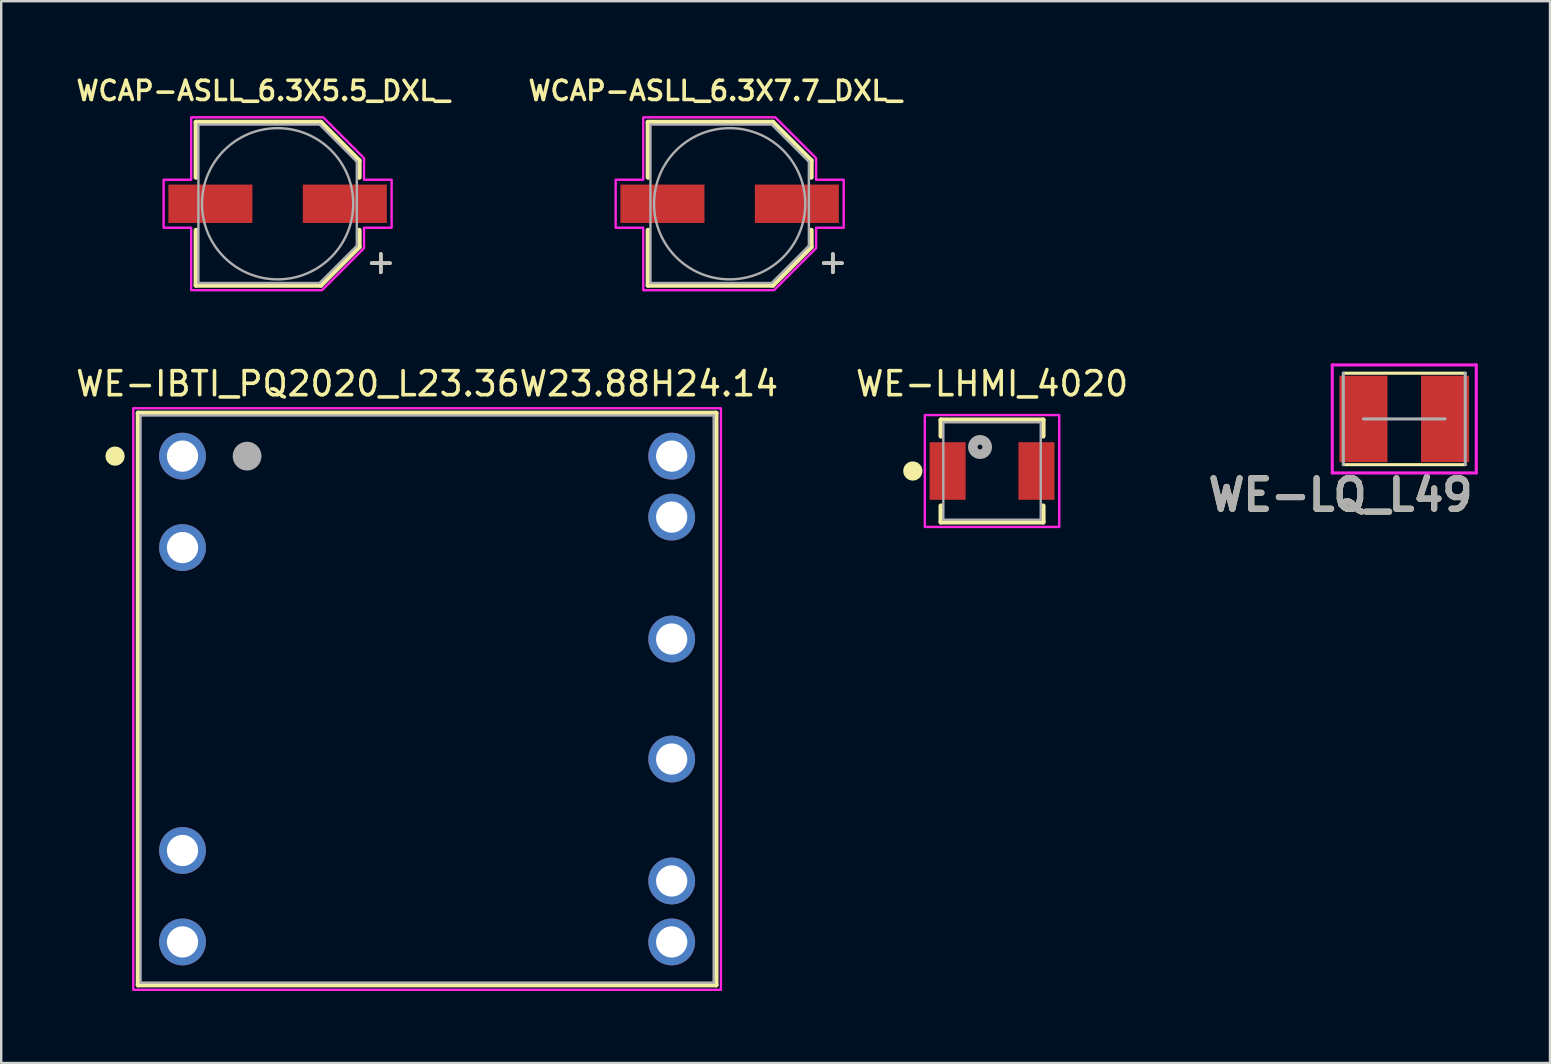
<source format=kicad_pcb>
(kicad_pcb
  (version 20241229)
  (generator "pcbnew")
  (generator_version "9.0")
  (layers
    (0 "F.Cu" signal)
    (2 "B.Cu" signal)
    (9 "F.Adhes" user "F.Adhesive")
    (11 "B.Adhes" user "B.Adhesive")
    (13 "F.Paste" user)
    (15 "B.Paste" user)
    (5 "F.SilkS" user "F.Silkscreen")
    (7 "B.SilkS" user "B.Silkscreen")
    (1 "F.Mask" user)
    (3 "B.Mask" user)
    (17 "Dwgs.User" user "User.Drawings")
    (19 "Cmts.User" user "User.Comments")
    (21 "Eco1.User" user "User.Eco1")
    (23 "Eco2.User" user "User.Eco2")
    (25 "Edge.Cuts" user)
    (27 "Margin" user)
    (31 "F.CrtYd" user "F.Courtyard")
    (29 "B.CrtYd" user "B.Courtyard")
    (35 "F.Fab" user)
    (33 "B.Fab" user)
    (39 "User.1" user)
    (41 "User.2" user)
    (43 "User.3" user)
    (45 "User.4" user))
  (footprint "WE-IBTI_PQ2020_L23.36W23.88H24.14"
    (layer "F.Cu")
    (at 14.744 26.073)
    (property "Reference" "WE-IBTI_PQ2020_L23.36W23.88H24.14" (at 0 -13.135 0) (layer "F.SilkS") (effects (font (size 1 1) (thickness 0.15))))
    (attr through_hole)
    (fp_line (start -12.04 -11.915) (end -12.04 11.915) (stroke (width 0.2) (type solid)) (layer "F.SilkS"))
    (fp_line (start -12.04 -11.915) (end 12.04 -11.915) (stroke (width 0.2) (type solid)) (layer "F.SilkS"))
    (fp_line (start 12.04 -11.915) (end 12.04 11.915) (stroke (width 0.2) (type solid)) (layer "F.SilkS"))
    (fp_line (start 12.04 11.915) (end -12.04 11.915) (stroke (width 0.2) (type solid)) (layer "F.SilkS"))
    (fp_circle (center -13 -10.12) (end -12.8 -10.12) (stroke (width 0.4) (type solid)) (fill no) (layer "F.SilkS"))
    (fp_poly (pts (xy -12.24 -12.115) (xy 12.24 -12.115) (xy 12.24 12.115) (xy -12.24 12.115)) (stroke (width 0.1) (type solid)) (fill no) (layer "F.CrtYd"))
    (fp_line (start -11.94 -11.815) (end -11.94 11.815) (stroke (width 0.1) (type solid)) (layer "F.Fab"))
    (fp_line (start -11.94 -11.815) (end 11.94 -11.815) (stroke (width 0.1) (type solid)) (layer "F.Fab"))
    (fp_line (start -11.94 11.815) (end 11.94 11.815) (stroke (width 0.1) (type solid)) (layer "F.Fab"))
    (fp_line (start 11.94 -11.815) (end 11.94 11.815) (stroke (width 0.1) (type solid)) (layer "F.Fab"))
    (fp_circle (center -7.5 -10.12) (end -7.2 -10.12) (stroke (width 0.6) (type solid)) (fill no) (layer "F.Fab"))
    (pad "1" thru_hole circle (at -10.19 -10.12) (size 1.95 1.95) (drill 1.3) (layers "*.Cu" "*.Mask"))
    (pad "2" thru_hole circle (at -10.19 -6.31) (size 1.95 1.95) (drill 1.3) (layers "*.Cu" "*.Mask"))
    (pad "5" thru_hole circle (at -10.19 6.31) (size 1.95 1.95) (drill 1.3) (layers "*.Cu" "*.Mask"))
    (pad "6" thru_hole circle (at -10.19 10.12) (size 1.95 1.95) (drill 1.3) (layers "*.Cu" "*.Mask"))
    (pad "7" thru_hole circle (at 10.19 10.12) (size 1.95 1.95) (drill 1.3) (layers "*.Cu" "*.Mask"))
    (pad "8" thru_hole circle (at 10.19 7.58) (size 1.95 1.95) (drill 1.3) (layers "*.Cu" "*.Mask"))
    (pad "10" thru_hole circle (at 10.19 2.5) (size 1.95 1.95) (drill 1.3) (layers "*.Cu" "*.Mask"))
    (pad "11" thru_hole circle (at 10.19 -2.5) (size 1.95 1.95) (drill 1.3) (layers "*.Cu" "*.Mask"))
    (pad "13" thru_hole circle (at 10.19 -7.58) (size 1.95 1.95) (drill 1.3) (layers "*.Cu" "*.Mask"))
    (pad "14" thru_hole circle (at 10.19 -10.12) (size 1.95 1.95) (drill 1.3) (layers "*.Cu" "*.Mask")))
  (footprint "WE-LHMI_4020"
    (layer "F.Cu")
    (at 38.28 16.573)
    (property "Reference" "WE-LHMI_4020" (at 0 -3.635 0) (layer "F.SilkS") (effects (font (size 1 1) (thickness 0.15))))
    (attr smd)
    (fp_line (start -2.13 -2.13) (end 2.13 -2.13) (stroke (width 0.2) (type solid)) (layer "F.SilkS"))
    (fp_line (start -2.13 -1.45) (end -2.13 -2.13) (stroke (width 0.2) (type solid)) (layer "F.SilkS"))
    (fp_line (start -2.13 1.45) (end -2.13 2.13) (stroke (width 0.2) (type solid)) (layer "F.SilkS"))
    (fp_line (start -2.13 2.13) (end 2.13 2.13) (stroke (width 0.2) (type solid)) (layer "F.SilkS"))
    (fp_line (start 2.13 -2.13) (end 2.13 -1.45) (stroke (width 0.2) (type solid)) (layer "F.SilkS"))
    (fp_line (start 2.13 2.13) (end 2.13 1.45) (stroke (width 0.2) (type solid)) (layer "F.SilkS"))
    (fp_circle (center -3.3 0) (end -3.1 0) (stroke (width 0.4) (type solid)) (fill no) (layer "F.SilkS"))
    (fp_poly (pts (xy -2.8 -2.33) (xy 2.8 -2.33) (xy 2.8 2.33) (xy -2.8 2.33)) (stroke (width 0.1) (type solid)) (fill no) (layer "F.CrtYd"))
    (fp_line (start -2.03 -2.03) (end -2.03 2.03) (stroke (width 0.1) (type solid)) (layer "F.Fab"))
    (fp_line (start -2.03 2.03) (end 2.03 2.03) (stroke (width 0.1) (type solid)) (layer "F.Fab"))
    (fp_line (start 2.03 -2.03) (end -2.03 -2.03) (stroke (width 0.1) (type solid)) (layer "F.Fab"))
    (fp_line (start 2.03 2.03) (end 2.03 -2.03) (stroke (width 0.1) (type solid)) (layer "F.Fab"))
    (fp_circle (center -0.5 -1) (end -0.4 -1) (stroke (width 0.4) (type solid)) (fill no) (layer "F.Fab"))
    (pad "1" smd rect (at -1.85 0) (size 1.5 2.4) (layers "F.Cu" "F.Mask" "F.Paste"))
    (pad "2" smd rect (at 1.85 0) (size 1.5 2.4) (layers "F.Cu" "F.Mask" "F.Paste"))
    (zone (net_name "") (layer "F.Cu") (hatch full 0.508) (connect_pads) (min_thickness 0.01) (filled_areas_thickness no) (keepout (tracks not_allowed) (vias not_allowed) (pads not_allowed) (copperpour not_allowed) (footprints allowed)) (placement (enabled no)) (fill) (polygon (pts (xy 37.18 14.543) (xy 39.38 14.543) (xy 39.38 18.602) (xy 37.18 18.602))))
    (zone (net_name "") (layers "F.Cu" "B.Cu") (hatch full 0.508) (connect_pads) (min_thickness 0.01) (filled_areas_thickness no) (keepout (tracks allowed) (vias not_allowed) (pads allowed) (copperpour allowed) (footprints allowed)) (placement (enabled no)) (fill) (polygon (pts (xy 37.18 14.543) (xy 39.38 14.543) (xy 39.38 18.602) (xy 37.18 18.602)))))
  (footprint "WE-LQ_L49"
    (layer "F.Cu")
    (at 55.454 14.403)
    (property "Reference" "WE-LQ_L49" (at -2.655 3.167 0) (layer "F.SilkS") (effects (font (size 1.27 1.27) (thickness 0.254))))
    (attr smd)
    (fp_line (start -2.54 -1.905) (end 2.54 -1.905) (stroke (width 0.127) (type solid)) (layer "F.SilkS"))
    (fp_line (start 2.54 1.905) (end -2.54 1.905) (stroke (width 0.127) (type solid)) (layer "F.SilkS"))
    (fp_line (start -3 -2.25) (end -3 2.25) (stroke (width 0.127) (type solid)) (layer "F.CrtYd"))
    (fp_line (start -3 2.25) (end 3 2.25) (stroke (width 0.127) (type solid)) (layer "F.CrtYd"))
    (fp_line (start 3 -2.25) (end -3 -2.25) (stroke (width 0.127) (type solid)) (layer "F.CrtYd"))
    (fp_line (start 3 2.25) (end 3 -2.25) (stroke (width 0.127) (type solid)) (layer "F.CrtYd"))
    (fp_line (start -2.54 1.905) (end -2.54 -1.905) (stroke (width 0.127) (type solid)) (layer "F.Fab"))
    (fp_line (start -1.7 0) (end 1.7 0) (stroke (width 0.127) (type solid)) (layer "F.Fab"))
    (fp_line (start 2.54 -1.905) (end 2.54 1.905) (stroke (width 0.127) (type solid)) (layer "F.Fab"))
    (fp_text user "${REFERENCE}" (at -2.655 3.167 0) (layer "F.Fab") (effects (font (size 1.27 1.27) (thickness 0.254))))
    (pad "1" smd rect (at -1.7 0) (size 2 3.6) (layers "F.Cu" "F.Mask" "F.Paste"))
    (pad "2" smd rect (at 1.7 0) (size 2 3.6) (layers "F.Cu" "F.Mask" "F.Paste")))
  (footprint "WCAP-ASLL_6.3X7.7_DXL_"
    (layer "F.Cu")
    (at 27.349 5.439)
    (property "Reference" "WCAP-ASLL_6.3X7.7_DXL_" (at -0.6 -4.708 0) (layer "F.SilkS") (effects (font (size 0.8 0.8) (thickness 0.15))))
    (attr smd)
    (fp_line (start -3.4 -3.4) (end -3.4 -1.1) (stroke (width 0.2) (type solid)) (layer "F.SilkS"))
    (fp_line (start -3.4 -3.4) (end 1.8 -3.4) (stroke (width 0.2) (type solid)) (layer "F.SilkS"))
    (fp_line (start -3.4 3.4) (end -3.4 1.1) (stroke (width 0.2) (type solid)) (layer "F.SilkS"))
    (fp_line (start -3.4 3.4) (end 1.8 3.4) (stroke (width 0.2) (type solid)) (layer "F.SilkS"))
    (fp_line (start 1.8 -3.4) (end 3.4 -1.8) (stroke (width 0.2) (type solid)) (layer "F.SilkS"))
    (fp_line (start 1.8 3.4) (end 3.4 1.8) (stroke (width 0.2) (type solid)) (layer "F.SilkS"))
    (fp_line (start 3.4 -1.8) (end 3.4 -1.1) (stroke (width 0.2) (type solid)) (layer "F.SilkS"))
    (fp_line (start 3.4 1.8) (end 3.4 1.1) (stroke (width 0.2) (type solid)) (layer "F.SilkS"))
    (fp_poly (pts (xy 1.9 -3.6) (xy -3.6 -3.6) (xy -3.6 -1) (xy -4.75 -1) (xy -4.75 1) (xy -3.6 1) (xy -3.6 3.6) (xy 1.85 3.6) (xy 3.6 1.85) (xy 3.6 1) (xy 4.75 1) (xy 4.75 -1) (xy 3.6 -1) (xy 3.6 -1.9)) (stroke (width 0.1) (type solid)) (fill no) (layer "F.CrtYd"))
    (fp_line (start -3.3 -3.3) (end -3.3 3.3) (stroke (width 0.1) (type solid)) (layer "F.Fab"))
    (fp_line (start -3.3 3.3) (end 1.75 3.3) (stroke (width 0.1) (type solid)) (layer "F.Fab"))
    (fp_line (start 1.75 -3.3) (end -3.3 -3.3) (stroke (width 0.1) (type solid)) (layer "F.Fab"))
    (fp_line (start 1.75 3.3) (end 3.3 1.75) (stroke (width 0.1) (type solid)) (layer "F.Fab"))
    (fp_line (start 3.3 -1.75) (end 1.75 -3.3) (stroke (width 0.1) (type solid)) (layer "F.Fab"))
    (fp_line (start 3.3 1.75) (end 3.3 -1.75) (stroke (width 0.1) (type solid)) (layer "F.Fab"))
    (fp_circle (center 0 0) (end 3.15 0) (stroke (width 0.1) (type solid)) (fill no) (layer "F.Fab"))
    (fp_text user "+" (at 4.3 2.4 0) (layer "F.SilkS") (effects (font (size 1 1) (thickness 0.15))))
    (fp_text user "+" (at 4.3 2.4 0) (layer "Dwgs.User") (effects (font (size 1 1) (thickness 0.15))))
    (pad "1" smd rect (at 2.8 0) (size 3.5 1.6) (layers "F.Cu" "F.Mask" "F.Paste"))
    (pad "2" smd rect (at -2.8 0) (size 3.5 1.6) (layers "F.Cu" "F.Mask" "F.Paste")))
  (footprint "WCAP-ASLL_6.3X5.5_DXL_"
    (layer "F.Cu")
    (at 8.516 5.439)
    (property "Reference" "WCAP-ASLL_6.3X5.5_DXL_" (at -0.6 -4.708 0) (layer "F.SilkS") (effects (font (size 0.8 0.8) (thickness 0.15))))
    (attr smd)
    (fp_line (start -3.4 -3.4) (end -3.4 -1.1) (stroke (width 0.2) (type solid)) (layer "F.SilkS"))
    (fp_line (start -3.4 -3.4) (end 1.8 -3.4) (stroke (width 0.2) (type solid)) (layer "F.SilkS"))
    (fp_line (start -3.4 3.4) (end -3.4 1.1) (stroke (width 0.2) (type solid)) (layer "F.SilkS"))
    (fp_line (start -3.4 3.4) (end 1.8 3.4) (stroke (width 0.2) (type solid)) (layer "F.SilkS"))
    (fp_line (start 1.8 -3.4) (end 3.4 -1.8) (stroke (width 0.2) (type solid)) (layer "F.SilkS"))
    (fp_line (start 1.8 3.4) (end 3.4 1.8) (stroke (width 0.2) (type solid)) (layer "F.SilkS"))
    (fp_line (start 3.4 -1.8) (end 3.4 -1.1) (stroke (width 0.2) (type solid)) (layer "F.SilkS"))
    (fp_line (start 3.4 1.8) (end 3.4 1.1) (stroke (width 0.2) (type solid)) (layer "F.SilkS"))
    (fp_poly (pts (xy 1.9 -3.6) (xy -3.6 -3.6) (xy -3.6 -1) (xy -4.75 -1) (xy -4.75 1) (xy -3.6 1) (xy -3.6 3.6) (xy 1.85 3.6) (xy 3.6 1.85) (xy 3.6 1) (xy 4.75 1) (xy 4.75 -1) (xy 3.6 -1) (xy 3.6 -1.9)) (stroke (width 0.1) (type solid)) (fill no) (layer "F.CrtYd"))
    (fp_line (start -3.3 -3.3) (end -3.3 3.3) (stroke (width 0.1) (type solid)) (layer "F.Fab"))
    (fp_line (start -3.3 3.3) (end 1.75 3.3) (stroke (width 0.1) (type solid)) (layer "F.Fab"))
    (fp_line (start 1.75 -3.3) (end -3.3 -3.3) (stroke (width 0.1) (type solid)) (layer "F.Fab"))
    (fp_line (start 1.75 3.3) (end 3.3 1.75) (stroke (width 0.1) (type solid)) (layer "F.Fab"))
    (fp_line (start 3.3 -1.75) (end 1.75 -3.3) (stroke (width 0.1) (type solid)) (layer "F.Fab"))
    (fp_line (start 3.3 1.75) (end 3.3 -1.75) (stroke (width 0.1) (type solid)) (layer "F.Fab"))
    (fp_circle (center 0 0) (end 3.15 0) (stroke (width 0.1) (type solid)) (fill no) (layer "F.Fab"))
    (fp_text user "+" (at 4.3 2.4 0) (layer "F.SilkS") (effects (font (size 1 1) (thickness 0.15))))
    (fp_text user "+" (at 4.3 2.4 0) (layer "Dwgs.User") (effects (font (size 1 1) (thickness 0.15))))
    (pad "1" smd rect (at 2.8 0) (size 3.5 1.6) (layers "F.Cu" "F.Mask" "F.Paste"))
    (pad "2" smd rect (at -2.8 0) (size 3.5 1.6) (layers "F.Cu" "F.Mask" "F.Paste")))
  (gr_rect
    (start -3 -3)
    (end 61.526 41.237)
    (stroke (width 0.1) (type default))
    (fill no)
    (layer "Edge.Cuts")))
</source>
